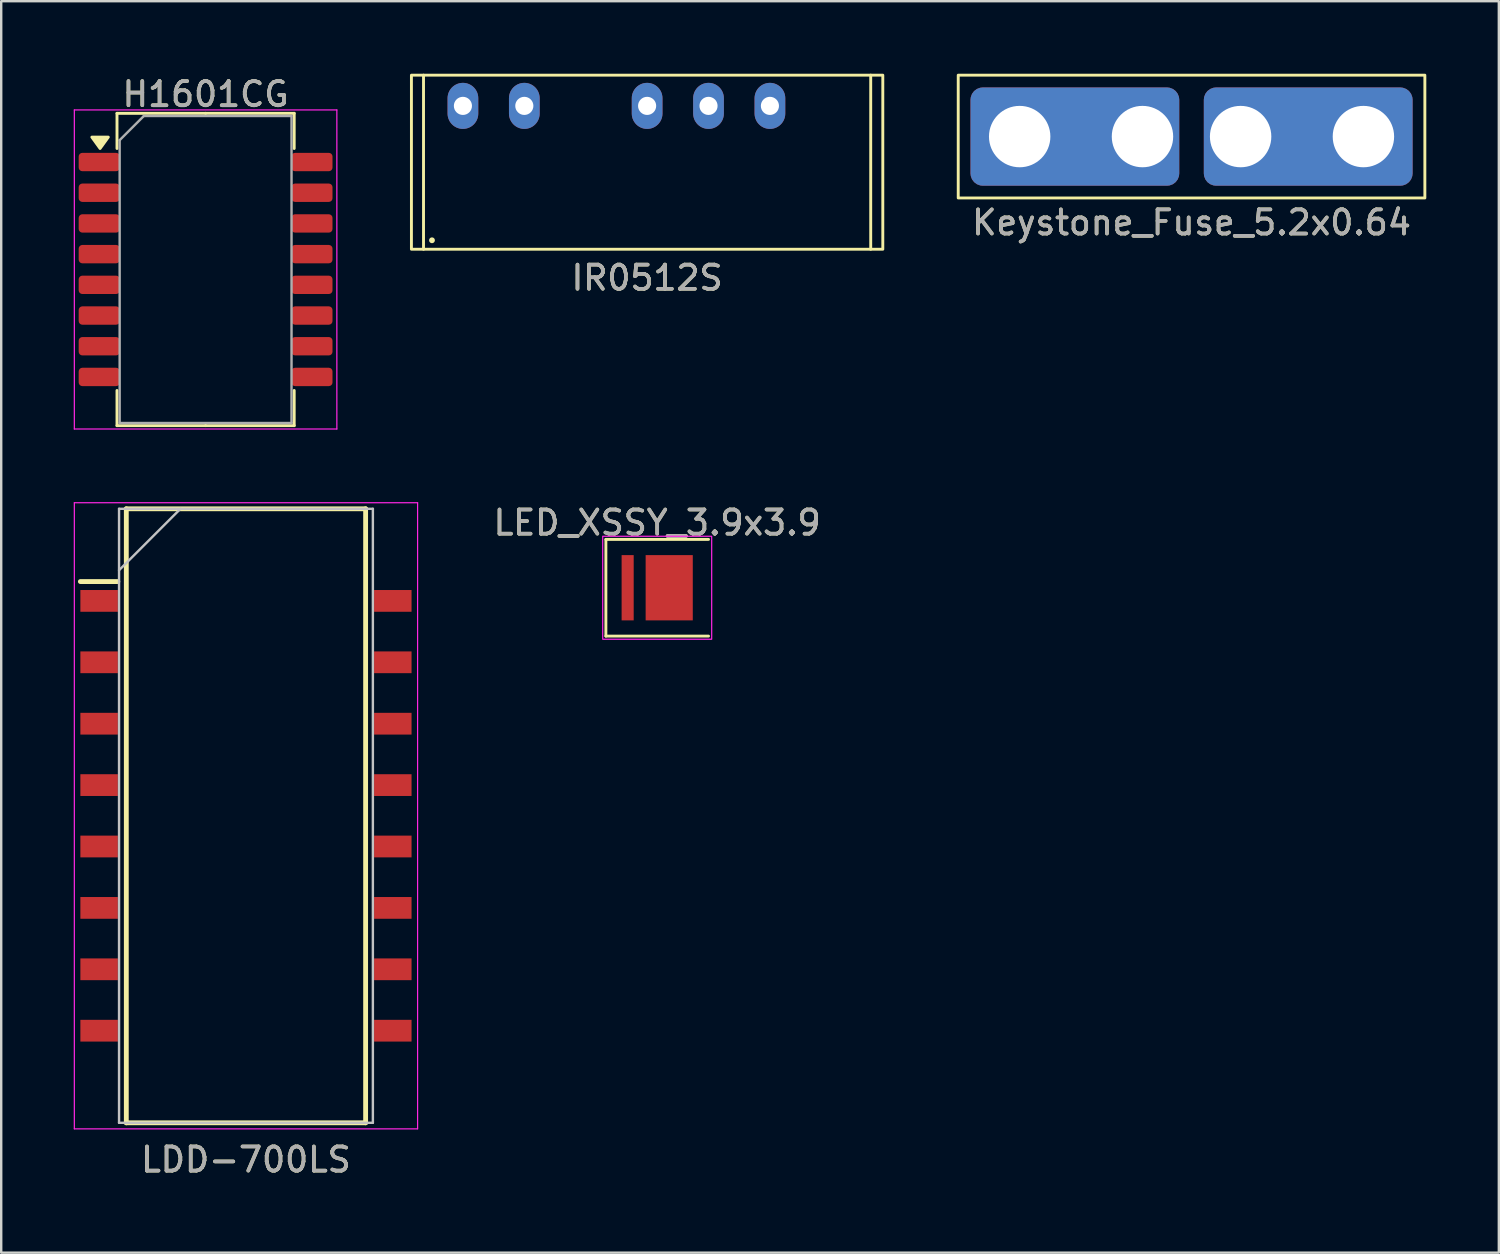
<source format=kicad_pcb>
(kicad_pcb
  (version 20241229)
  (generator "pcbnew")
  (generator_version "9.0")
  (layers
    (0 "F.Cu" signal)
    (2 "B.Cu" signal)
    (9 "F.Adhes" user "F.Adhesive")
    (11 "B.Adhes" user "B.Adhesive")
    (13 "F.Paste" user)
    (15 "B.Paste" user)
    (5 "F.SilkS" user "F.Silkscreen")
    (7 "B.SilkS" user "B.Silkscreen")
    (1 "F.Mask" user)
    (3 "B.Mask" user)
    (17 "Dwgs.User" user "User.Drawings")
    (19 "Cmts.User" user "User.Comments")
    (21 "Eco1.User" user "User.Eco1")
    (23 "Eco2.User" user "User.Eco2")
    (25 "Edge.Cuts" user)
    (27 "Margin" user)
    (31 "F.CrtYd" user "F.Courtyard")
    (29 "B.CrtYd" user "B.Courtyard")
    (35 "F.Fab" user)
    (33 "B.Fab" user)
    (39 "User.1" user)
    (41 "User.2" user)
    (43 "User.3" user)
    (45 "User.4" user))
  (footprint "H1601CG"
    (layer "F.Cu")
    (at 5.455 8.098)
    (property "Reference" "H1601CG" (at 0 -7.25 0) (unlocked yes) (layer "F.SilkS") (effects (font (size 1 1) (thickness 0.15))))
    (attr smd)
    (fp_line (start -3.665 -6.46) (end -3.665 -5.005) (stroke (width 0.12) (type solid)) (layer "F.SilkS"))
    (fp_line (start -3.665 6.46) (end -3.665 5.005) (stroke (width 0.12) (type solid)) (layer "F.SilkS"))
    (fp_line (start 0 -6.46) (end -3.665 -6.46) (stroke (width 0.12) (type solid)) (layer "F.SilkS"))
    (fp_line (start 0 -6.46) (end 3.665 -6.46) (stroke (width 0.12) (type solid)) (layer "F.SilkS"))
    (fp_line (start 0 6.46) (end -3.665 6.46) (stroke (width 0.12) (type solid)) (layer "F.SilkS"))
    (fp_line (start 0 6.46) (end 3.665 6.46) (stroke (width 0.12) (type solid)) (layer "F.SilkS"))
    (fp_line (start 3.665 -6.46) (end 3.665 -5.005) (stroke (width 0.12) (type solid)) (layer "F.SilkS"))
    (fp_line (start 3.665 6.46) (end 3.665 5.005) (stroke (width 0.12) (type solid)) (layer "F.SilkS"))
    (fp_poly (pts (xy -4.365 -5.005) (xy -4.705 -5.475) (xy -4.025 -5.475) (xy -4.365 -5.005)) (stroke (width 0.12) (type solid)) (fill yes) (layer "F.SilkS"))
    (fp_line (start -5.43 -6.6) (end -5.43 6.6) (stroke (width 0.05) (type solid)) (layer "F.CrtYd"))
    (fp_line (start -5.43 6.6) (end 5.43 6.6) (stroke (width 0.05) (type solid)) (layer "F.CrtYd"))
    (fp_line (start 5.43 -6.6) (end -5.43 -6.6) (stroke (width 0.05) (type solid)) (layer "F.CrtYd"))
    (fp_line (start 5.43 6.6) (end 5.43 -6.6) (stroke (width 0.05) (type solid)) (layer "F.CrtYd"))
    (fp_line (start -3.555 -5.35) (end -2.555 -6.35) (stroke (width 0.1) (type solid)) (layer "F.Fab"))
    (fp_line (start -3.555 6.35) (end -3.555 -5.35) (stroke (width 0.1) (type solid)) (layer "F.Fab"))
    (fp_line (start -2.555 -6.35) (end 3.555 -6.35) (stroke (width 0.1) (type solid)) (layer "F.Fab"))
    (fp_line (start 3.555 -6.35) (end 3.555 6.35) (stroke (width 0.1) (type solid)) (layer "F.Fab"))
    (fp_line (start 3.555 6.35) (end -3.555 6.35) (stroke (width 0.1) (type solid)) (layer "F.Fab"))
    (fp_text user "${REFERENCE}" (at 0 -7.25 0) (unlocked yes) (layer "F.Fab") (effects (font (size 1 1) (thickness 0.15))))
    (pad "1" smd roundrect (at -4.4 -4.445) (size 1.7 0.76) (layers "F.Cu" "F.Mask" "F.Paste") (roundrect_rratio 0.2))
    (pad "2" smd roundrect (at -4.4 -3.175) (size 1.7 0.76) (layers "F.Cu" "F.Mask" "F.Paste") (roundrect_rratio 0.2))
    (pad "3" smd roundrect (at -4.4 -1.905) (size 1.7 0.76) (layers "F.Cu" "F.Mask" "F.Paste") (roundrect_rratio 0.2))
    (pad "4" smd roundrect (at -4.4 -0.635) (size 1.7 0.76) (layers "F.Cu" "F.Mask" "F.Paste") (roundrect_rratio 0.2))
    (pad "5" smd roundrect (at -4.4 0.635) (size 1.7 0.76) (layers "F.Cu" "F.Mask" "F.Paste") (roundrect_rratio 0.2))
    (pad "6" smd roundrect (at -4.4 1.905) (size 1.7 0.76) (layers "F.Cu" "F.Mask" "F.Paste") (roundrect_rratio 0.2))
    (pad "7" smd roundrect (at -4.4 3.175) (size 1.7 0.76) (layers "F.Cu" "F.Mask" "F.Paste") (roundrect_rratio 0.2))
    (pad "8" smd roundrect (at -4.4 4.445) (size 1.7 0.76) (layers "F.Cu" "F.Mask" "F.Paste") (roundrect_rratio 0.2))
    (pad "9" smd roundrect (at 4.4 4.445) (size 1.7 0.76) (layers "F.Cu" "F.Mask" "F.Paste") (roundrect_rratio 0.2))
    (pad "10" smd roundrect (at 4.4 3.175) (size 1.7 0.76) (layers "F.Cu" "F.Mask" "F.Paste") (roundrect_rratio 0.2))
    (pad "11" smd roundrect (at 4.4 1.905) (size 1.7 0.76) (layers "F.Cu" "F.Mask" "F.Paste") (roundrect_rratio 0.2))
    (pad "12" smd roundrect (at 4.4 0.635) (size 1.7 0.76) (layers "F.Cu" "F.Mask" "F.Paste") (roundrect_rratio 0.2))
    (pad "13" smd roundrect (at 4.4 -0.635) (size 1.7 0.76) (layers "F.Cu" "F.Mask" "F.Paste") (roundrect_rratio 0.2))
    (pad "14" smd roundrect (at 4.4 -1.905) (size 1.7 0.76) (layers "F.Cu" "F.Mask" "F.Paste") (roundrect_rratio 0.2))
    (pad "15" smd roundrect (at 4.4 -3.175) (size 1.7 0.76) (layers "F.Cu" "F.Mask" "F.Paste") (roundrect_rratio 0.2))
    (pad "16" smd roundrect (at 4.4 -4.445) (size 1.7 0.76) (layers "F.Cu" "F.Mask" "F.Paste") (roundrect_rratio 0.2)))
  (footprint "Keystone_Fuse_5.2x0.64"
    (layer "F.Cu")
    (at 46.242 2.6)
    (property "Reference" "Keystone_Fuse_5.2x0.64" (at 0 3.556 0) (unlocked yes) (layer "F.SilkS") (effects (font (size 1 1) (thickness 0.15))))
    (attr through_hole)
    (fp_rect (start -9.652 -2.54) (end 9.652 2.54) (stroke (width 0.12) (type solid)) (fill no) (layer "F.SilkS"))
    (fp_text user "${REFERENCE}" (at 0 3.556 0) (unlocked yes) (layer "F.Fab") (effects (font (size 1 1) (thickness 0.15))))
    (pad "1" thru_hole roundrect (at -7.366 0) (size 8.636 4.064) (drill 0.762 (offset 2.54 0)) (layers "*.Cu" "*.Mask") (roundrect_rratio 0.125))
    (pad "1" thru_hole circle (at -7.11 0) (size 2.54 2.54) (drill 2.54) (layers "*.Cu" "*.Mask"))
    (pad "1" thru_hole circle (at -2.03 0) (size 2.54 2.54) (drill 2.54) (layers "*.Cu" "*.Mask"))
    (pad "2" thru_hole circle (at 2.03 0) (size 2.54 2.54) (drill 2.54) (layers "*.Cu" "*.Mask"))
    (pad "2" thru_hole circle (at 7.11 0) (size 2.54 2.54) (drill 2.54) (layers "*.Cu" "*.Mask"))
    (pad "2" thru_hole roundrect (at 7.366 0) (size 8.636 4.064) (drill 0.762 (offset -2.54 0)) (layers "*.Cu" "*.Mask") (roundrect_rratio 0.125)))
  (footprint "IR0512S"
    (layer "F.Cu")
    (at 23.72 1.33)
    (property "Reference" "IR0512S" (at 0 7.112 0) (unlocked yes) (layer "F.SilkS") (effects (font (size 1 1) (thickness 0.15))))
    (attr through_hole)
    (fp_line (start -9.25 -1.27) (end -9.25 5.93) (stroke (width 0.12) (type solid)) (layer "F.SilkS"))
    (fp_line (start 9.25 -1.27) (end 9.25 5.93) (stroke (width 0.12) (type solid)) (layer "F.SilkS"))
    (fp_rect (start -9.75 -1.27) (end 9.75 5.93) (stroke (width 0.12) (type solid)) (fill no) (layer "F.SilkS"))
    (fp_circle (center -8.9 5.56) (end -8.84 5.55) (stroke (width 0.12) (type solid)) (fill no) (layer "F.SilkS"))
    (fp_text user "${REFERENCE}" (at 0 7.112 0) (unlocked yes) (layer "F.Fab") (effects (font (size 1 1) (thickness 0.15))))
    (pad "1" thru_hole oval (at -7.62 0) (size 1.27 1.905) (drill 0.75) (layers "*.Cu" "*.Mask"))
    (pad "2" thru_hole oval (at -5.08 0) (size 1.27 1.905) (drill 0.75) (layers "*.Cu" "*.Mask"))
    (pad "4" thru_hole oval (at 0 0) (size 1.27 1.905) (drill 0.75) (layers "*.Cu" "*.Mask"))
    (pad "5" thru_hole oval (at 2.54 0) (size 1.27 1.905) (drill 0.75) (layers "*.Cu" "*.Mask"))
    (pad "6" thru_hole oval (at 5.08 0) (size 1.27 1.905) (drill 0.75) (layers "*.Cu" "*.Mask")))
  (footprint "LDD-700LS"
    (layer "F.Cu")
    (at 7.125 30.698)
    (property "Reference" "LDD-700LS" (at 0 14.224 0) (layer "F.SilkS") (effects (font (size 1 1) (thickness 0.15))))
    (attr smd)
    (fp_line (start -6.85 -9.69) (end -5.3 -9.69) (stroke (width 0.2) (type solid)) (layer "F.SilkS"))
    (fp_line (start -4.95 -12.7) (end 4.95 -12.7) (stroke (width 0.2) (type solid)) (layer "F.SilkS"))
    (fp_line (start -4.95 12.7) (end -4.95 -12.7) (stroke (width 0.2) (type solid)) (layer "F.SilkS"))
    (fp_line (start 4.95 -12.7) (end 4.95 12.7) (stroke (width 0.2) (type solid)) (layer "F.SilkS"))
    (fp_line (start 4.95 12.7) (end -4.95 12.7) (stroke (width 0.2) (type solid)) (layer "F.SilkS"))
    (fp_line (start -5.25 -12.7) (end 5.25 -12.7) (stroke (width 0.1) (type solid)) (layer "Dwgs.User"))
    (fp_line (start -5.25 -10.16) (end -2.71 -12.7) (stroke (width 0.1) (type solid)) (layer "Dwgs.User"))
    (fp_line (start -5.25 12.7) (end -5.25 -12.7) (stroke (width 0.1) (type solid)) (layer "Dwgs.User"))
    (fp_line (start 5.25 -12.7) (end 5.25 12.7) (stroke (width 0.1) (type solid)) (layer "Dwgs.User"))
    (fp_line (start 5.25 12.7) (end -5.25 12.7) (stroke (width 0.1) (type solid)) (layer "Dwgs.User"))
    (fp_line (start -7.1 -12.95) (end 7.1 -12.95) (stroke (width 0.05) (type solid)) (layer "F.CrtYd"))
    (fp_line (start -7.1 12.95) (end -7.1 -12.95) (stroke (width 0.05) (type solid)) (layer "F.CrtYd"))
    (fp_line (start 7.1 -12.95) (end 7.1 12.95) (stroke (width 0.05) (type solid)) (layer "F.CrtYd"))
    (fp_line (start 7.1 12.95) (end -7.1 12.95) (stroke (width 0.05) (type solid)) (layer "F.CrtYd"))
    (fp_text user "${REFERENCE}" (at 0 14.224 0) (layer "F.Fab") (effects (font (size 1 1) (thickness 0.15))))
    (pad "1" smd rect (at -6.075 -8.89 90) (size 0.9 1.55) (layers "F.Cu" "F.Mask" "F.Paste"))
    (pad "2" smd rect (at -6.075 -6.35 90) (size 0.9 1.55) (layers "F.Cu" "F.Mask" "F.Paste"))
    (pad "3" smd rect (at -6.075 -3.81 90) (size 0.9 1.55) (layers "F.Cu" "F.Mask" "F.Paste"))
    (pad "4" smd rect (at -6.075 -1.27 90) (size 0.9 1.55) (layers "F.Cu" "F.Mask" "F.Paste"))
    (pad "5" smd rect (at -6.075 1.27 90) (size 0.9 1.55) (layers "F.Cu" "F.Mask" "F.Paste"))
    (pad "6" smd rect (at -6.075 3.81 90) (size 0.9 1.55) (layers "F.Cu" "F.Mask" "F.Paste"))
    (pad "7" smd rect (at -6.075 6.35 90) (size 0.9 1.55) (layers "F.Cu" "F.Mask" "F.Paste"))
    (pad "8" smd rect (at -6.075 8.89 90) (size 0.9 1.55) (layers "F.Cu" "F.Mask" "F.Paste"))
    (pad "9" smd rect (at 6.075 8.89 90) (size 0.9 1.55) (layers "F.Cu" "F.Mask" "F.Paste"))
    (pad "10" smd rect (at 6.075 6.35 90) (size 0.9 1.55) (layers "F.Cu" "F.Mask" "F.Paste"))
    (pad "11" smd rect (at 6.075 3.81 90) (size 0.9 1.55) (layers "F.Cu" "F.Mask" "F.Paste"))
    (pad "12" smd rect (at 6.075 1.27 90) (size 0.9 1.55) (layers "F.Cu" "F.Mask" "F.Paste"))
    (pad "13" smd rect (at 6.075 -1.27 90) (size 0.9 1.55) (layers "F.Cu" "F.Mask" "F.Paste"))
    (pad "14" smd rect (at 6.075 -3.81 90) (size 0.9 1.55) (layers "F.Cu" "F.Mask" "F.Paste"))
    (pad "15" smd rect (at 6.075 -6.35 90) (size 0.9 1.55) (layers "F.Cu" "F.Mask" "F.Paste"))
    (pad "16" smd rect (at 6.075 -8.89 90) (size 0.9 1.55) (layers "F.Cu" "F.Mask" "F.Paste")))
  (footprint "LED_XSSY_3.9x3.9"
    (layer "F.Cu")
    (at 24.137 21.264)
    (property "Reference" "LED_XSSY_3.9x3.9" (at 0 -2.692 0) (unlocked yes) (layer "F.SilkS") (effects (font (size 1 1) (thickness 0.15))))
    (attr smd)
    (fp_line (start -2.123 -2) (end -2.123 2) (stroke (width 0.12) (type default)) (layer "F.SilkS"))
    (fp_line (start -2.123 2) (end 2.123 2) (stroke (width 0.12) (type default)) (layer "F.SilkS"))
    (fp_line (start 2.123 -2) (end -2.123 -2) (stroke (width 0.12) (type default)) (layer "F.SilkS"))
    (fp_rect (start -2.254 -2.13) (end 2.254 2.13) (stroke (width 0.05) (type default)) (fill no) (layer "F.CrtYd"))
    (fp_text user "${REFERENCE}" (at 0 -2.692 0) (unlocked yes) (layer "F.Fab") (effects (font (size 1 1) (thickness 0.15))))
    (pad "1" smd rect (at -1.222 0) (size 0.5 2.7) (layers "F.Cu" "F.Mask" "F.Paste"))
    (pad "2" smd rect (at 0.497 0) (size 1.95 2.7) (layers "F.Cu" "F.Mask" "F.Paste")))
  (gr_rect
    (start -3 -3)
    (end 58.954 48.77)
    (stroke (width 0.1) (type default))
    (fill no)
    (layer "Edge.Cuts")))
</source>
